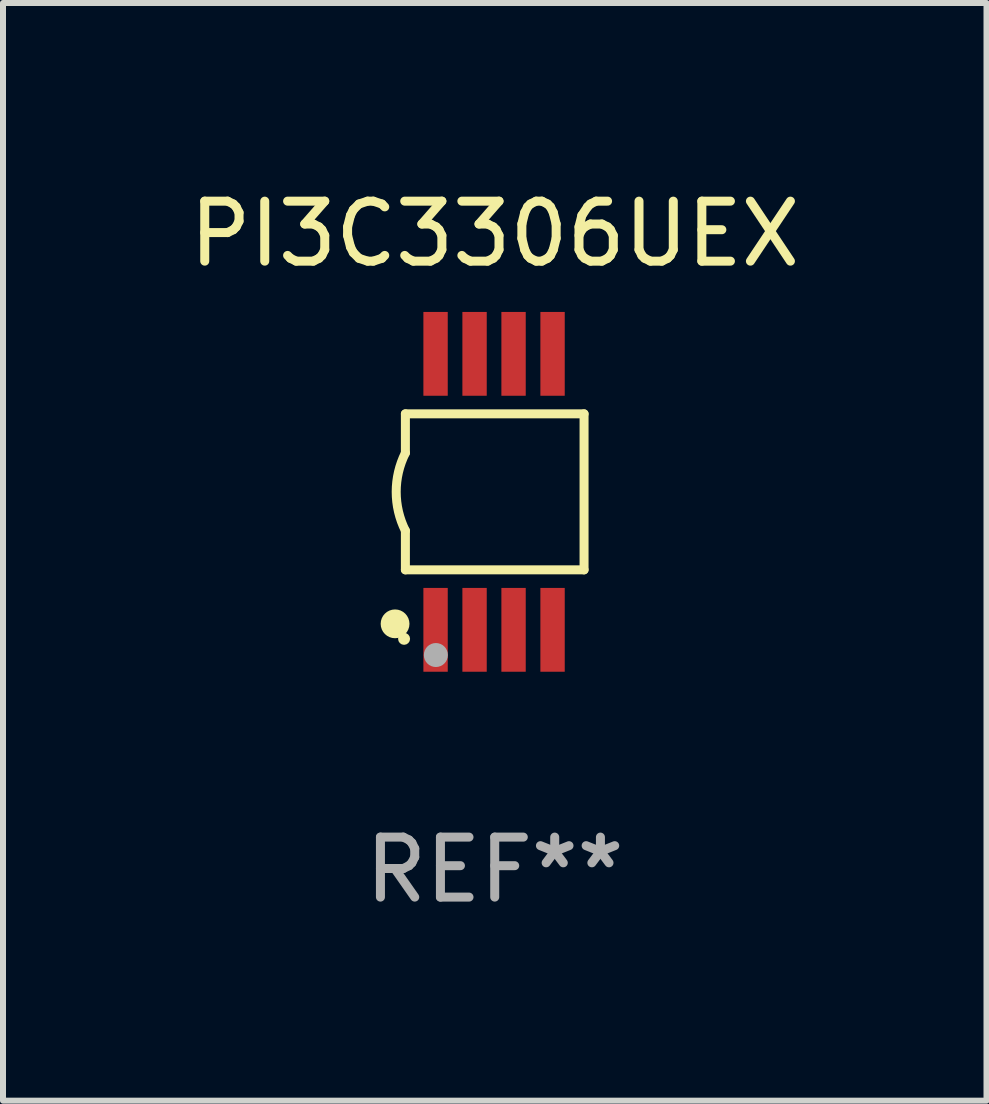
<source format=kicad_pcb>
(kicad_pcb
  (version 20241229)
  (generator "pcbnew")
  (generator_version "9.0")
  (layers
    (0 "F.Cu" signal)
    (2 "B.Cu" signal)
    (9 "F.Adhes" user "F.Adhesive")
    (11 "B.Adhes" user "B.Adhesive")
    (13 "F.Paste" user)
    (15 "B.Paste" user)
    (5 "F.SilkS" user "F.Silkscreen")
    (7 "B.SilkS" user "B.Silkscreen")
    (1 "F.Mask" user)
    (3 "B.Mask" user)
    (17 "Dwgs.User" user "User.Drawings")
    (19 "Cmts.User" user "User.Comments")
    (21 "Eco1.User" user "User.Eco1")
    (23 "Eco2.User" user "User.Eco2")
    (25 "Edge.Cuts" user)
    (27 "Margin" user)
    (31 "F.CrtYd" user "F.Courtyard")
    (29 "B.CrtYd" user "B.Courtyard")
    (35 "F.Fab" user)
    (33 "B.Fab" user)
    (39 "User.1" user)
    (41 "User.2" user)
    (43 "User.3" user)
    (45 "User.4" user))
  (footprint "PI3C3306UEX"
    (layer "F.Cu")
    (at 5.196 5.148)
    (property "Reference" "PI3C3306UEX" (at 0 -4.3 0) (layer "F.SilkS") (effects (font (size 1 1) (thickness 0.15))))
    (attr through_hole)
    (fp_line (start -1.489 -1.3) (end -1.489 -0.648) (stroke (width 0.15) (type solid)) (layer "F.SilkS"))
    (fp_line (start -1.489 0.648) (end -1.489 1.3) (stroke (width 0.15) (type solid)) (layer "F.SilkS"))
    (fp_line (start -1.489 1.3) (end 1.489 1.3) (stroke (width 0.15) (type solid)) (layer "F.SilkS"))
    (fp_line (start 1.489 -1.3) (end -1.489 -1.3) (stroke (width 0.15) (type solid)) (layer "F.SilkS"))
    (fp_line (start 1.489 1.3) (end 1.489 -1.3) (stroke (width 0.15) (type solid)) (layer "F.SilkS"))
    (fp_arc (start -1.489205 0.647702) (mid -1.642107 0) (end -1.489205 -0.647701) (stroke (width 0.150013) (type solid)) (layer "F.SilkS"))
    (fp_circle (center -1.661 2.2) (end -1.541 2.2) (stroke (width 0.24) (type solid)) (fill no) (layer "F.SilkS"))
    (fp_circle (center -1.511 2.45) (end -1.461 2.45) (stroke (width 0.1) (type solid)) (fill no) (layer "F.SilkS"))
    (fp_circle (center -0.981 2.72) (end -0.881 2.72) (stroke (width 0.2) (type solid)) (fill no) (layer "F.Fab"))
    (fp_text user "REF**" (at 0 6.3 0) (layer "F.Fab") (effects (font (size 1 1) (thickness 0.15))))
    (pad "1" smd rect (at -0.986 2.3) (size 0.406 1.397) (layers "F.Cu" "F.Mask" "F.Paste"))
    (pad "2" smd rect (at -0.336 2.3) (size 0.406 1.397) (layers "F.Cu" "F.Mask" "F.Paste"))
    (pad "3" smd rect (at 0.314 2.3) (size 0.406 1.397) (layers "F.Cu" "F.Mask" "F.Paste"))
    (pad "4" smd rect (at 0.964 2.3) (size 0.406 1.397) (layers "F.Cu" "F.Mask" "F.Paste"))
    (pad "5" smd rect (at 0.964 -2.3) (size 0.406 1.397) (layers "F.Cu" "F.Mask" "F.Paste"))
    (pad "6" smd rect (at 0.314 -2.3) (size 0.406 1.397) (layers "F.Cu" "F.Mask" "F.Paste"))
    (pad "7" smd rect (at -0.336 -2.3) (size 0.406 1.397) (layers "F.Cu" "F.Mask" "F.Paste"))
    (pad "8" smd rect (at -0.986 -2.3) (size 0.406 1.397) (layers "F.Cu" "F.Mask" "F.Paste")))
  (gr_rect
    (start -3 -3)
    (end 13.393 15.296)
    (stroke (width 0.1) (type default))
    (fill no)
    (layer "Edge.Cuts")))
</source>
